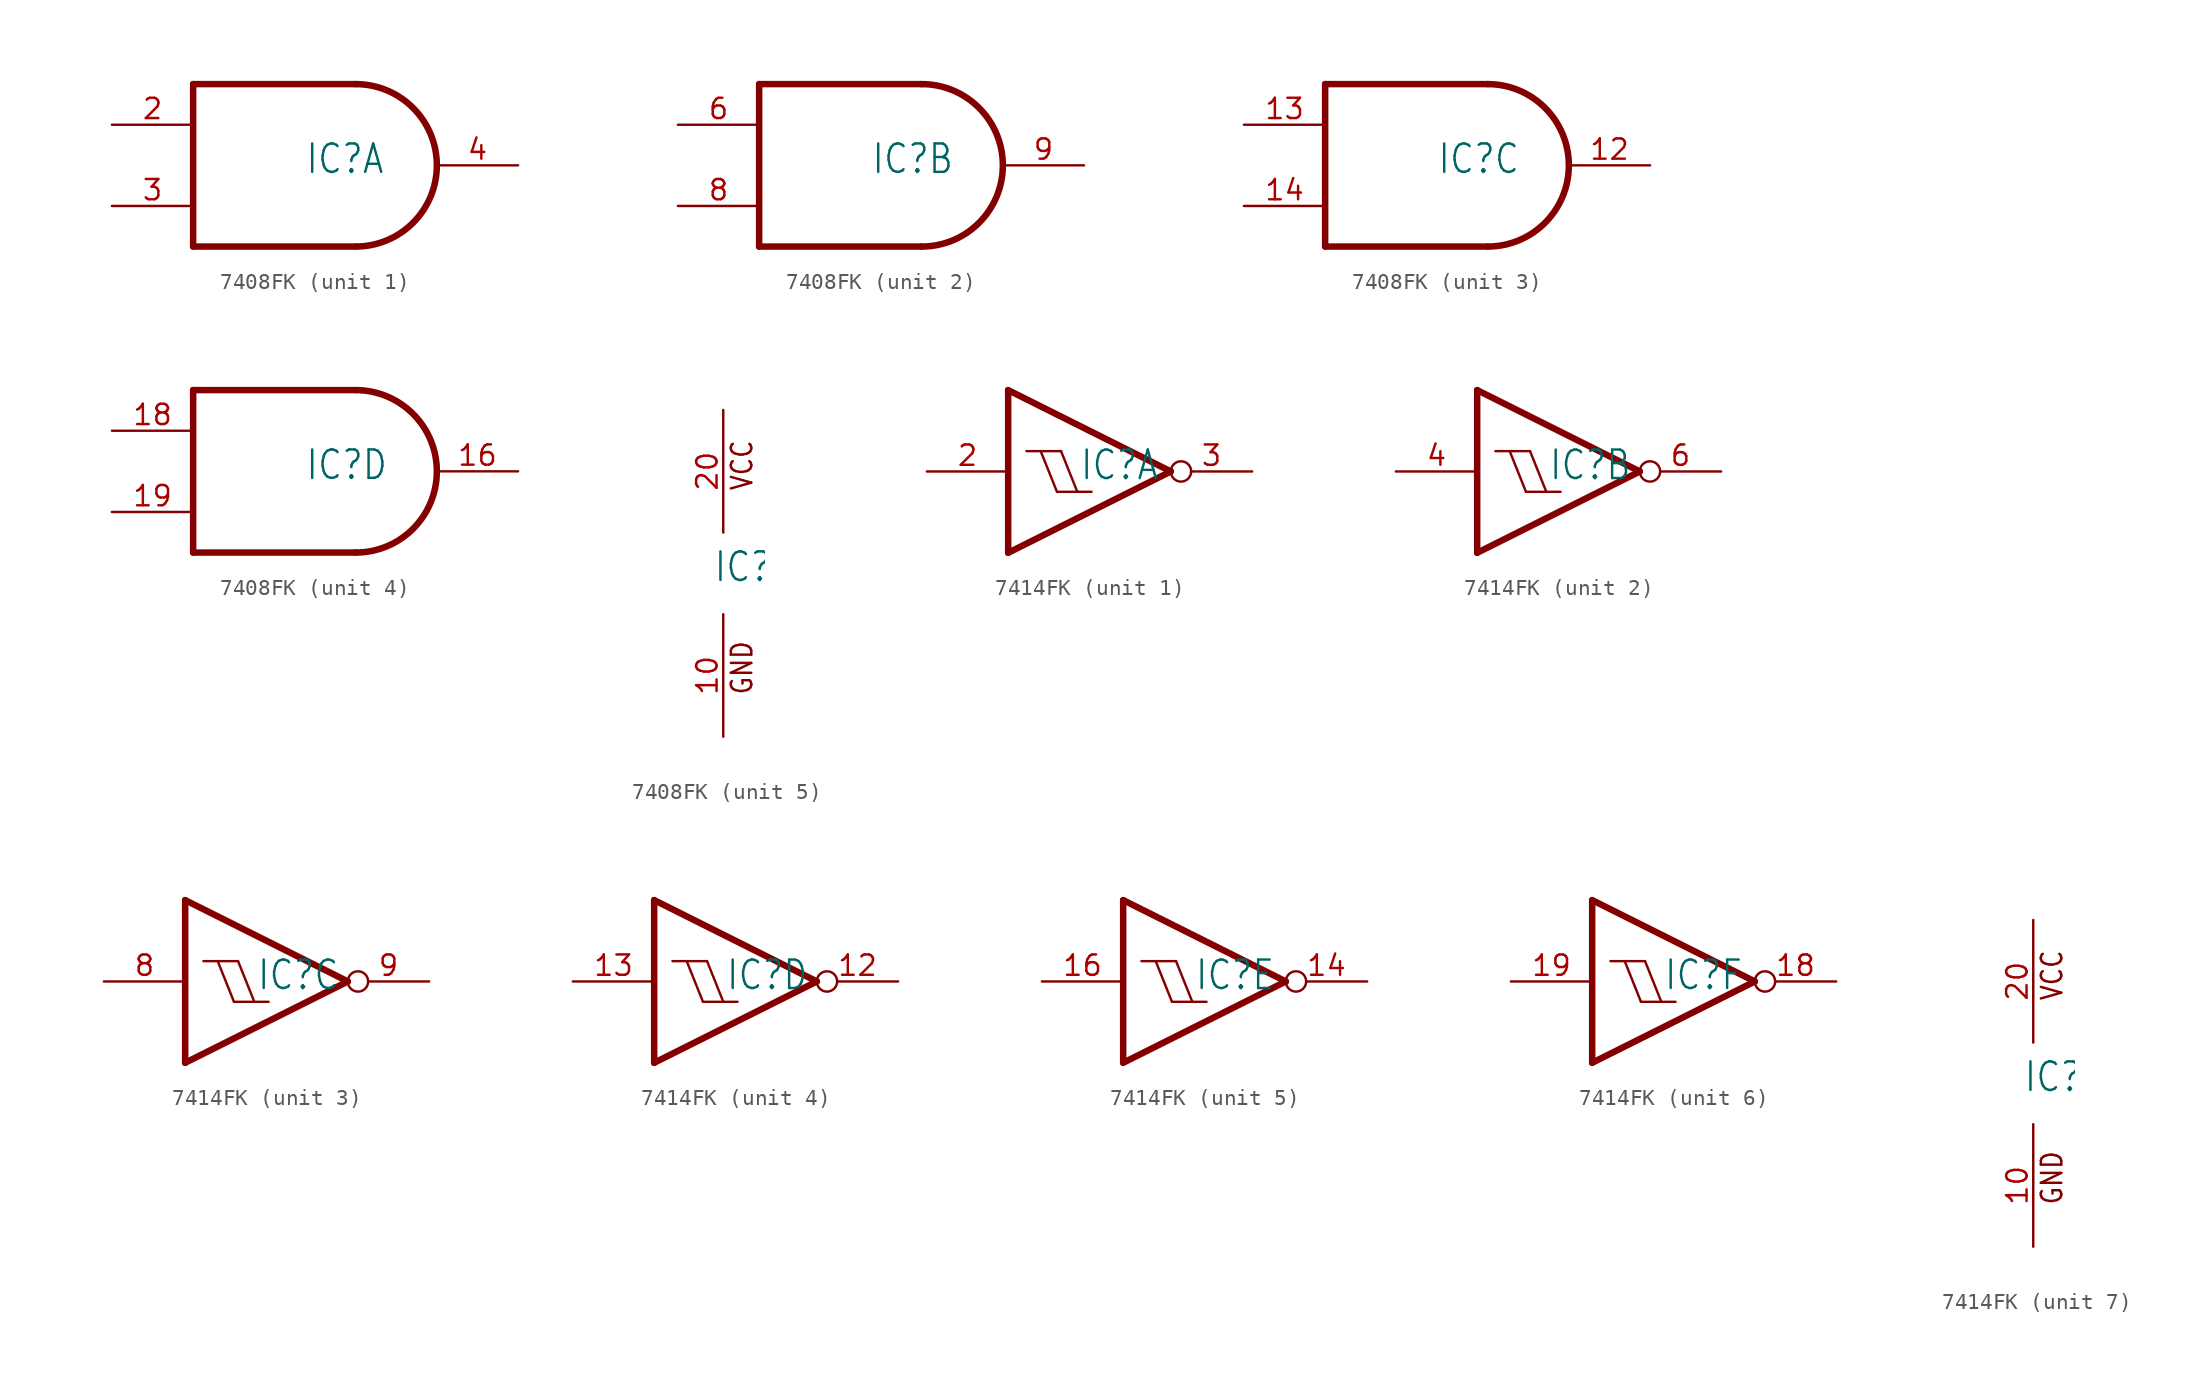
<source format=kicad_sym>
(kicad_symbol_lib
  (version 20211014)
  (generator kicad_symbol_editor)
  (symbol "7408FK"
    (property "Reference" "IC"
      (at -0.635 -0.635 0)
      (effects (font (size 1.778 1.511)) (justify left bottom)))
    (property "ki_locked" ""
      (at 0 0 0)
      (effects (font (size 1.27 1.27))))
    (symbol "7408FK_1_0"
      (polyline (pts (xy -7.62 -5.08) (xy 2.54 -5.08)) (stroke (width 0.406) (type default) (color 0 0 0 0)) (fill (type none)))
      (polyline (pts (xy -7.62 5.08) (xy -7.62 -5.08)) (stroke (width 0.406) (type default) (color 0 0 0 0)) (fill (type none)))
      (polyline (pts (xy 2.54 5.08) (xy -7.62 5.08)) (stroke (width 0.406) (type default) (color 0 0 0 0)) (fill (type none)))
      (arc (start 2.54 -5.08) (mid 7.6199 0) (end 2.54 5.08) (stroke (width 0.4064) (type default) (color 0 0 0 0)) (fill (type none)))
      (pin input line (at -12.7 2.54 0) (length 5.08) (name "I0" (effects (font (size 0 0)))) (number "2" (effects (font (size 1.27 1.27)))))
      (pin input line (at -12.7 -2.54 0) (length 5.08) (name "I1" (effects (font (size 0 0)))) (number "3" (effects (font (size 1.27 1.27)))))
      (pin output line (at 12.7 0 180) (length 5.08) (name "O" (effects (font (size 0 0)))) (number "4" (effects (font (size 1.27 1.27))))))
    (symbol "7408FK_2_0"
      (polyline (pts (xy -7.62 -5.08) (xy 2.54 -5.08)) (stroke (width 0.406) (type default) (color 0 0 0 0)) (fill (type none)))
      (polyline (pts (xy -7.62 5.08) (xy -7.62 -5.08)) (stroke (width 0.406) (type default) (color 0 0 0 0)) (fill (type none)))
      (polyline (pts (xy 2.54 5.08) (xy -7.62 5.08)) (stroke (width 0.406) (type default) (color 0 0 0 0)) (fill (type none)))
      (arc (start 2.54 -5.08) (mid 7.6199 0) (end 2.54 5.08) (stroke (width 0.4064) (type default) (color 0 0 0 0)) (fill (type none)))
      (pin input line (at -12.7 2.54 0) (length 5.08) (name "I0" (effects (font (size 0 0)))) (number "6" (effects (font (size 1.27 1.27)))))
      (pin input line (at -12.7 -2.54 0) (length 5.08) (name "I1" (effects (font (size 0 0)))) (number "8" (effects (font (size 1.27 1.27)))))
      (pin output line (at 12.7 0 180) (length 5.08) (name "O" (effects (font (size 0 0)))) (number "9" (effects (font (size 1.27 1.27))))))
    (symbol "7408FK_3_0"
      (polyline (pts (xy -7.62 -5.08) (xy 2.54 -5.08)) (stroke (width 0.406) (type default) (color 0 0 0 0)) (fill (type none)))
      (polyline (pts (xy -7.62 5.08) (xy -7.62 -5.08)) (stroke (width 0.406) (type default) (color 0 0 0 0)) (fill (type none)))
      (polyline (pts (xy 2.54 5.08) (xy -7.62 5.08)) (stroke (width 0.406) (type default) (color 0 0 0 0)) (fill (type none)))
      (arc (start 2.54 -5.08) (mid 7.6199 0) (end 2.54 5.08) (stroke (width 0.4064) (type default) (color 0 0 0 0)) (fill (type none)))
      (pin output line (at 12.7 0 180) (length 5.08) (name "O" (effects (font (size 0 0)))) (number "12" (effects (font (size 1.27 1.27)))))
      (pin input line (at -12.7 2.54 0) (length 5.08) (name "I0" (effects (font (size 0 0)))) (number "13" (effects (font (size 1.27 1.27)))))
      (pin input line (at -12.7 -2.54 0) (length 5.08) (name "I1" (effects (font (size 0 0)))) (number "14" (effects (font (size 1.27 1.27))))))
    (symbol "7408FK_4_0"
      (polyline (pts (xy -7.62 -5.08) (xy 2.54 -5.08)) (stroke (width 0.406) (type default) (color 0 0 0 0)) (fill (type none)))
      (polyline (pts (xy -7.62 5.08) (xy -7.62 -5.08)) (stroke (width 0.406) (type default) (color 0 0 0 0)) (fill (type none)))
      (polyline (pts (xy 2.54 5.08) (xy -7.62 5.08)) (stroke (width 0.406) (type default) (color 0 0 0 0)) (fill (type none)))
      (arc (start 2.54 -5.08) (mid 7.6199 0) (end 2.54 5.08) (stroke (width 0.4064) (type default) (color 0 0 0 0)) (fill (type none)))
      (pin output line (at 12.7 0 180) (length 5.08) (name "O" (effects (font (size 0 0)))) (number "16" (effects (font (size 1.27 1.27)))))
      (pin input line (at -12.7 2.54 0) (length 5.08) (name "I0" (effects (font (size 0 0)))) (number "18" (effects (font (size 1.27 1.27)))))
      (pin input line (at -12.7 -2.54 0) (length 5.08) (name "I1" (effects (font (size 0 0)))) (number "19" (effects (font (size 1.27 1.27))))))
    (symbol "7408FK_5_0"
      (text "GND" (at 1.905 -7.62 900) (effects (font (size 1.27 1.079)) (justify left bottom)))
      (text "VCC" (at 1.905 5.08 900) (effects (font (size 1.27 1.079)) (justify left bottom)))
      (pin power_in line (at 0 -10.16 90) (length 7.62) (name "GND" (effects (font (size 0 0)))) (number "10" (effects (font (size 1.27 1.27)))))
      (pin power_in line (at 0 10.16 270) (length 7.62) (name "VCC" (effects (font (size 0 0)))) (number "20" (effects (font (size 1.27 1.27)))))))
  (symbol "7414FK"
    (property "Reference" "IC"
      (at -0.635 -0.635 0)
      (effects (font (size 1.778 1.511)) (justify left bottom)))
    (property "ki_locked" ""
      (at 0 0 0)
      (effects (font (size 1.27 1.27))))
    (symbol "7414FK_1_0"
      (polyline (pts (xy -5.08 -5.08) (xy -5.08 5.08)) (stroke (width 0.406) (type default) (color 0 0 0 0)) (fill (type none)))
      (polyline (pts (xy -5.08 5.08) (xy 5.08 0)) (stroke (width 0.406) (type default) (color 0 0 0 0)) (fill (type none)))
      (polyline (pts (xy -3.937 1.27) (xy -3.048 1.27)) (stroke (width 0.152) (type default) (color 0 0 0 0)) (fill (type none)))
      (polyline (pts (xy -3.048 1.27) (xy -1.778 1.27)) (stroke (width 0.152) (type default) (color 0 0 0 0)) (fill (type none)))
      (polyline (pts (xy -2.032 -1.27) (xy -3.048 1.27)) (stroke (width 0.152) (type default) (color 0 0 0 0)) (fill (type none)))
      (polyline (pts (xy -2.032 -1.27) (xy -0.762 -1.27)) (stroke (width 0.152) (type default) (color 0 0 0 0)) (fill (type none)))
      (polyline (pts (xy -0.762 -1.27) (xy -1.778 1.27)) (stroke (width 0.152) (type default) (color 0 0 0 0)) (fill (type none)))
      (polyline (pts (xy -0.762 -1.27) (xy 0.127 -1.27)) (stroke (width 0.152) (type default) (color 0 0 0 0)) (fill (type none)))
      (polyline (pts (xy 5.08 0) (xy -5.08 -5.08)) (stroke (width 0.406) (type default) (color 0 0 0 0)) (fill (type none)))
      (pin input line (at -10.16 0 0) (length 5.08) (name "I" (effects (font (size 0 0)))) (number "2" (effects (font (size 1.27 1.27)))))
      (pin output inverted (at 10.16 0 180) (length 5.08) (name "O" (effects (font (size 0 0)))) (number "3" (effects (font (size 1.27 1.27))))))
    (symbol "7414FK_2_0"
      (polyline (pts (xy -5.08 -5.08) (xy -5.08 5.08)) (stroke (width 0.406) (type default) (color 0 0 0 0)) (fill (type none)))
      (polyline (pts (xy -5.08 5.08) (xy 5.08 0)) (stroke (width 0.406) (type default) (color 0 0 0 0)) (fill (type none)))
      (polyline (pts (xy -3.937 1.27) (xy -3.048 1.27)) (stroke (width 0.152) (type default) (color 0 0 0 0)) (fill (type none)))
      (polyline (pts (xy -3.048 1.27) (xy -1.778 1.27)) (stroke (width 0.152) (type default) (color 0 0 0 0)) (fill (type none)))
      (polyline (pts (xy -2.032 -1.27) (xy -3.048 1.27)) (stroke (width 0.152) (type default) (color 0 0 0 0)) (fill (type none)))
      (polyline (pts (xy -2.032 -1.27) (xy -0.762 -1.27)) (stroke (width 0.152) (type default) (color 0 0 0 0)) (fill (type none)))
      (polyline (pts (xy -0.762 -1.27) (xy -1.778 1.27)) (stroke (width 0.152) (type default) (color 0 0 0 0)) (fill (type none)))
      (polyline (pts (xy -0.762 -1.27) (xy 0.127 -1.27)) (stroke (width 0.152) (type default) (color 0 0 0 0)) (fill (type none)))
      (polyline (pts (xy 5.08 0) (xy -5.08 -5.08)) (stroke (width 0.406) (type default) (color 0 0 0 0)) (fill (type none)))
      (pin input line (at -10.16 0 0) (length 5.08) (name "I" (effects (font (size 0 0)))) (number "4" (effects (font (size 1.27 1.27)))))
      (pin output inverted (at 10.16 0 180) (length 5.08) (name "O" (effects (font (size 0 0)))) (number "6" (effects (font (size 1.27 1.27))))))
    (symbol "7414FK_3_0"
      (polyline (pts (xy -5.08 -5.08) (xy -5.08 5.08)) (stroke (width 0.406) (type default) (color 0 0 0 0)) (fill (type none)))
      (polyline (pts (xy -5.08 5.08) (xy 5.08 0)) (stroke (width 0.406) (type default) (color 0 0 0 0)) (fill (type none)))
      (polyline (pts (xy -3.937 1.27) (xy -3.048 1.27)) (stroke (width 0.152) (type default) (color 0 0 0 0)) (fill (type none)))
      (polyline (pts (xy -3.048 1.27) (xy -1.778 1.27)) (stroke (width 0.152) (type default) (color 0 0 0 0)) (fill (type none)))
      (polyline (pts (xy -2.032 -1.27) (xy -3.048 1.27)) (stroke (width 0.152) (type default) (color 0 0 0 0)) (fill (type none)))
      (polyline (pts (xy -2.032 -1.27) (xy -0.762 -1.27)) (stroke (width 0.152) (type default) (color 0 0 0 0)) (fill (type none)))
      (polyline (pts (xy -0.762 -1.27) (xy -1.778 1.27)) (stroke (width 0.152) (type default) (color 0 0 0 0)) (fill (type none)))
      (polyline (pts (xy -0.762 -1.27) (xy 0.127 -1.27)) (stroke (width 0.152) (type default) (color 0 0 0 0)) (fill (type none)))
      (polyline (pts (xy 5.08 0) (xy -5.08 -5.08)) (stroke (width 0.406) (type default) (color 0 0 0 0)) (fill (type none)))
      (pin input line (at -10.16 0 0) (length 5.08) (name "I" (effects (font (size 0 0)))) (number "8" (effects (font (size 1.27 1.27)))))
      (pin output inverted (at 10.16 0 180) (length 5.08) (name "O" (effects (font (size 0 0)))) (number "9" (effects (font (size 1.27 1.27))))))
    (symbol "7414FK_4_0"
      (polyline (pts (xy -5.08 -5.08) (xy -5.08 5.08)) (stroke (width 0.406) (type default) (color 0 0 0 0)) (fill (type none)))
      (polyline (pts (xy -5.08 5.08) (xy 5.08 0)) (stroke (width 0.406) (type default) (color 0 0 0 0)) (fill (type none)))
      (polyline (pts (xy -3.937 1.27) (xy -3.048 1.27)) (stroke (width 0.152) (type default) (color 0 0 0 0)) (fill (type none)))
      (polyline (pts (xy -3.048 1.27) (xy -1.778 1.27)) (stroke (width 0.152) (type default) (color 0 0 0 0)) (fill (type none)))
      (polyline (pts (xy -2.032 -1.27) (xy -3.048 1.27)) (stroke (width 0.152) (type default) (color 0 0 0 0)) (fill (type none)))
      (polyline (pts (xy -2.032 -1.27) (xy -0.762 -1.27)) (stroke (width 0.152) (type default) (color 0 0 0 0)) (fill (type none)))
      (polyline (pts (xy -0.762 -1.27) (xy -1.778 1.27)) (stroke (width 0.152) (type default) (color 0 0 0 0)) (fill (type none)))
      (polyline (pts (xy -0.762 -1.27) (xy 0.127 -1.27)) (stroke (width 0.152) (type default) (color 0 0 0 0)) (fill (type none)))
      (polyline (pts (xy 5.08 0) (xy -5.08 -5.08)) (stroke (width 0.406) (type default) (color 0 0 0 0)) (fill (type none)))
      (pin output inverted (at 10.16 0 180) (length 5.08) (name "O" (effects (font (size 0 0)))) (number "12" (effects (font (size 1.27 1.27)))))
      (pin input line (at -10.16 0 0) (length 5.08) (name "I" (effects (font (size 0 0)))) (number "13" (effects (font (size 1.27 1.27))))))
    (symbol "7414FK_5_0"
      (polyline (pts (xy -5.08 -5.08) (xy -5.08 5.08)) (stroke (width 0.406) (type default) (color 0 0 0 0)) (fill (type none)))
      (polyline (pts (xy -5.08 5.08) (xy 5.08 0)) (stroke (width 0.406) (type default) (color 0 0 0 0)) (fill (type none)))
      (polyline (pts (xy -3.937 1.27) (xy -3.048 1.27)) (stroke (width 0.152) (type default) (color 0 0 0 0)) (fill (type none)))
      (polyline (pts (xy -3.048 1.27) (xy -1.778 1.27)) (stroke (width 0.152) (type default) (color 0 0 0 0)) (fill (type none)))
      (polyline (pts (xy -2.032 -1.27) (xy -3.048 1.27)) (stroke (width 0.152) (type default) (color 0 0 0 0)) (fill (type none)))
      (polyline (pts (xy -2.032 -1.27) (xy -0.762 -1.27)) (stroke (width 0.152) (type default) (color 0 0 0 0)) (fill (type none)))
      (polyline (pts (xy -0.762 -1.27) (xy -1.778 1.27)) (stroke (width 0.152) (type default) (color 0 0 0 0)) (fill (type none)))
      (polyline (pts (xy -0.762 -1.27) (xy 0.127 -1.27)) (stroke (width 0.152) (type default) (color 0 0 0 0)) (fill (type none)))
      (polyline (pts (xy 5.08 0) (xy -5.08 -5.08)) (stroke (width 0.406) (type default) (color 0 0 0 0)) (fill (type none)))
      (pin output inverted (at 10.16 0 180) (length 5.08) (name "O" (effects (font (size 0 0)))) (number "14" (effects (font (size 1.27 1.27)))))
      (pin input line (at -10.16 0 0) (length 5.08) (name "I" (effects (font (size 0 0)))) (number "16" (effects (font (size 1.27 1.27))))))
    (symbol "7414FK_6_0"
      (polyline (pts (xy -5.08 -5.08) (xy -5.08 5.08)) (stroke (width 0.406) (type default) (color 0 0 0 0)) (fill (type none)))
      (polyline (pts (xy -5.08 5.08) (xy 5.08 0)) (stroke (width 0.406) (type default) (color 0 0 0 0)) (fill (type none)))
      (polyline (pts (xy -3.937 1.27) (xy -3.048 1.27)) (stroke (width 0.152) (type default) (color 0 0 0 0)) (fill (type none)))
      (polyline (pts (xy -3.048 1.27) (xy -1.778 1.27)) (stroke (width 0.152) (type default) (color 0 0 0 0)) (fill (type none)))
      (polyline (pts (xy -2.032 -1.27) (xy -3.048 1.27)) (stroke (width 0.152) (type default) (color 0 0 0 0)) (fill (type none)))
      (polyline (pts (xy -2.032 -1.27) (xy -0.762 -1.27)) (stroke (width 0.152) (type default) (color 0 0 0 0)) (fill (type none)))
      (polyline (pts (xy -0.762 -1.27) (xy -1.778 1.27)) (stroke (width 0.152) (type default) (color 0 0 0 0)) (fill (type none)))
      (polyline (pts (xy -0.762 -1.27) (xy 0.127 -1.27)) (stroke (width 0.152) (type default) (color 0 0 0 0)) (fill (type none)))
      (polyline (pts (xy 5.08 0) (xy -5.08 -5.08)) (stroke (width 0.406) (type default) (color 0 0 0 0)) (fill (type none)))
      (pin output inverted (at 10.16 0 180) (length 5.08) (name "O" (effects (font (size 0 0)))) (number "18" (effects (font (size 1.27 1.27)))))
      (pin input line (at -10.16 0 0) (length 5.08) (name "I" (effects (font (size 0 0)))) (number "19" (effects (font (size 1.27 1.27))))))
    (symbol "7414FK_7_0"
      (text "GND" (at 1.905 -7.62 900) (effects (font (size 1.27 1.079)) (justify left bottom)))
      (text "VCC" (at 1.905 5.08 900) (effects (font (size 1.27 1.079)) (justify left bottom)))
      (pin power_in line (at 0 -10.16 90) (length 7.62) (name "GND" (effects (font (size 0 0)))) (number "10" (effects (font (size 1.27 1.27)))))
      (pin power_in line (at 0 10.16 270) (length 7.62) (name "VCC" (effects (font (size 0 0)))) (number "20" (effects (font (size 1.27 1.27))))))))
</source>
